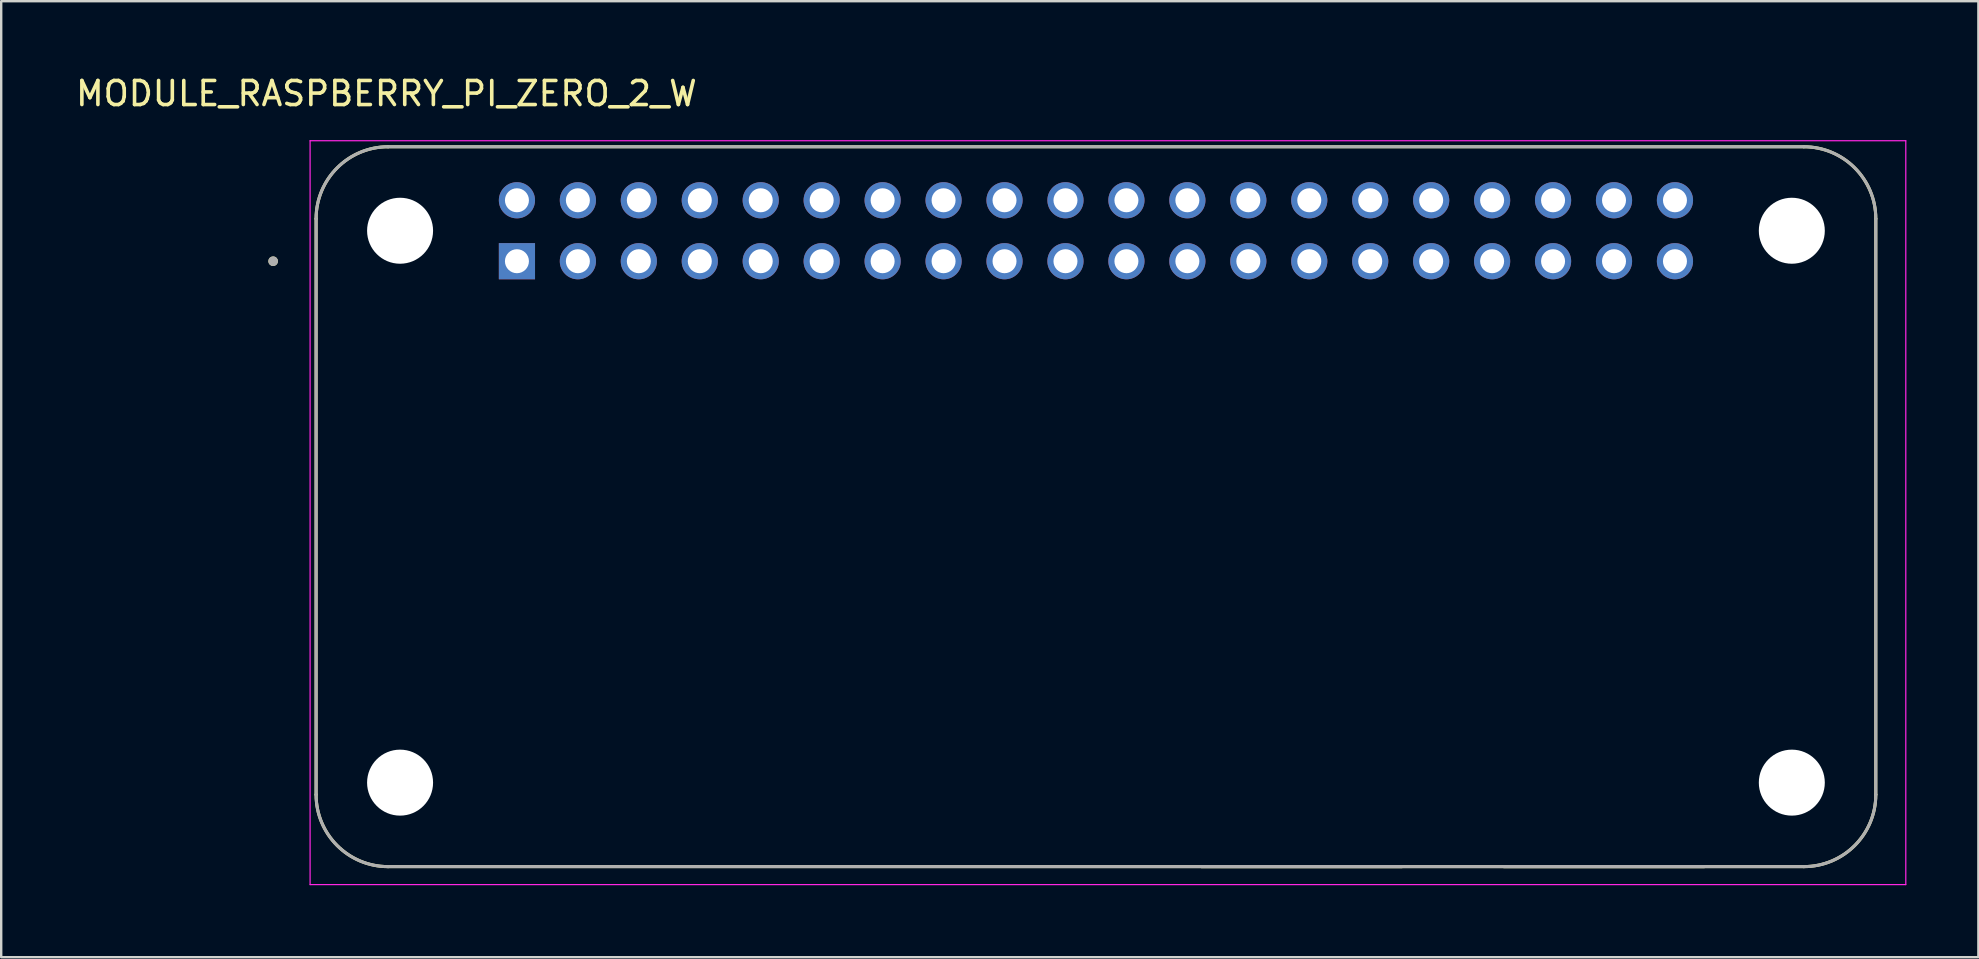
<source format=kicad_pcb>
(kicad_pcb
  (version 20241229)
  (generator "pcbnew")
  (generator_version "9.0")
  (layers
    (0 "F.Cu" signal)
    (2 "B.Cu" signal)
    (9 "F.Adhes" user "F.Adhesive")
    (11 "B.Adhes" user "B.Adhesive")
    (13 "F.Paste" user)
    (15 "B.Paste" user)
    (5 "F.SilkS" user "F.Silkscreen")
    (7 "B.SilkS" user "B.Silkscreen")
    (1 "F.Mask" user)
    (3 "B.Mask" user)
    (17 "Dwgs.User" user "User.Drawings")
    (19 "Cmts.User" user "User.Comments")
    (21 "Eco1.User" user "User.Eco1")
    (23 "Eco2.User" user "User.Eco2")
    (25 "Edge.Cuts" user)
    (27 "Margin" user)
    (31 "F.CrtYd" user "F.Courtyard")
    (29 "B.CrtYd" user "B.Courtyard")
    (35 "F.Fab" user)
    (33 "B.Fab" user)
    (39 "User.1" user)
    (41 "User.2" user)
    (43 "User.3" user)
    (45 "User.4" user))
  (footprint "MODULE_RASPBERRY_PI_ZERO_2_W"
    (layer "F.Cu")
    (at 42.623 18.066)
    (property "Reference" "MODULE_RASPBERRY_PI_ZERO_2_W" (at -29.569 -17.216 0) (layer "F.SilkS") (effects (font (size 1.002 1.002) (thickness 0.15))))
    (attr through_hole)
    (fp_line (start -32.5 -12) (end -32.5 12) (stroke (width 0.127) (type solid)) (layer "F.SilkS"))
    (fp_line (start -29.5 15) (end 29.5 15) (stroke (width 0.127) (type solid)) (layer "F.SilkS"))
    (fp_line (start 4.4 15) (end 12.75 15) (stroke (width 0.127) (type solid)) (layer "F.SilkS"))
    (fp_line (start 17 15) (end 25.35 15) (stroke (width 0.127) (type solid)) (layer "F.SilkS"))
    (fp_line (start 29.5 -15) (end -29.5 -15) (stroke (width 0.127) (type solid)) (layer "F.SilkS"))
    (fp_line (start 32.5 12) (end 32.5 -12) (stroke (width 0.127) (type solid)) (layer "F.SilkS"))
    (fp_arc (start -32.5 -12) (mid -31.62132 -14.12132) (end -29.5 -15) (stroke (width 0.127) (type solid)) (layer "F.SilkS"))
    (fp_arc (start -29.5 15) (mid -31.62132 14.12132) (end -32.5 12) (stroke (width 0.127) (type solid)) (layer "F.SilkS"))
    (fp_arc (start 29.5 -15) (mid 31.62132 -14.12132) (end 32.5 -12) (stroke (width 0.127) (type solid)) (layer "F.SilkS"))
    (fp_arc (start 32.5 12) (mid 31.62132 14.12132) (end 29.5 15) (stroke (width 0.127) (type solid)) (layer "F.SilkS"))
    (fp_circle (center -34.29 -10.23) (end -34.19 -10.23) (stroke (width 0.2) (type solid)) (fill no) (layer "F.SilkS"))
    (fp_line (start -32.75 -15.25) (end 33.75 -15.25) (stroke (width 0.05) (type solid)) (layer "F.CrtYd"))
    (fp_line (start -32.75 15.75) (end -32.75 -15.25) (stroke (width 0.05) (type solid)) (layer "F.CrtYd"))
    (fp_line (start 33.75 -15.25) (end 33.75 15.75) (stroke (width 0.05) (type solid)) (layer "F.CrtYd"))
    (fp_line (start 33.75 15.75) (end -32.75 15.75) (stroke (width 0.05) (type solid)) (layer "F.CrtYd"))
    (fp_line (start -32.5 -12) (end -32.5 12) (stroke (width 0.127) (type solid)) (layer "F.Fab"))
    (fp_line (start -29.5 15) (end 29.5 15) (stroke (width 0.127) (type solid)) (layer "F.Fab"))
    (fp_line (start 4.4 15) (end 12.75 15) (stroke (width 0.127) (type solid)) (layer "F.Fab"))
    (fp_line (start 17 15) (end 25.35 15) (stroke (width 0.127) (type solid)) (layer "F.Fab"))
    (fp_line (start 29.5 -15) (end -29.5 -15) (stroke (width 0.127) (type solid)) (layer "F.Fab"))
    (fp_line (start 32.5 12) (end 32.5 -12) (stroke (width 0.127) (type solid)) (layer "F.Fab"))
    (fp_arc (start -32.5 -12) (mid -31.62132 -14.12132) (end -29.5 -15) (stroke (width 0.127) (type solid)) (layer "F.Fab"))
    (fp_arc (start -29.5 15) (mid -31.62132 14.12132) (end -32.5 12) (stroke (width 0.127) (type solid)) (layer "F.Fab"))
    (fp_arc (start 29.5 -15) (mid 31.62132 -14.12132) (end 32.5 -12) (stroke (width 0.127) (type solid)) (layer "F.Fab"))
    (fp_arc (start 32.5 12) (mid 31.62132 14.12132) (end 29.5 15) (stroke (width 0.127) (type solid)) (layer "F.Fab"))
    (fp_circle (center -34.29 -10.23) (end -34.19 -10.23) (stroke (width 0.2) (type solid)) (fill no) (layer "F.Fab"))
    (pad "" np_thru_hole circle (at -29 -11.5) (size 2.75 2.75) (drill 2.75) (layers "*.Cu" "*.Mask"))
    (pad "" np_thru_hole circle (at -29 11.5) (size 2.75 2.75) (drill 2.75) (layers "*.Cu" "*.Mask"))
    (pad "" np_thru_hole circle (at 29 -11.5) (size 2.75 2.75) (drill 2.75) (layers "*.Cu" "*.Mask"))
    (pad "" np_thru_hole circle (at 29 11.5) (size 2.75 2.75) (drill 2.75) (layers "*.Cu" "*.Mask"))
    (pad "1" thru_hole rect (at -24.13 -10.23) (size 1.508 1.508) (drill 1) (layers "*.Cu" "*.Mask"))
    (pad "2" thru_hole circle (at -24.13 -12.77) (size 1.508 1.508) (drill 1) (layers "*.Cu" "*.Mask"))
    (pad "3" thru_hole circle (at -21.59 -10.23) (size 1.508 1.508) (drill 1) (layers "*.Cu" "*.Mask"))
    (pad "4" thru_hole circle (at -21.59 -12.77) (size 1.508 1.508) (drill 1) (layers "*.Cu" "*.Mask"))
    (pad "5" thru_hole circle (at -19.05 -10.23) (size 1.508 1.508) (drill 1) (layers "*.Cu" "*.Mask"))
    (pad "6" thru_hole circle (at -19.05 -12.77) (size 1.508 1.508) (drill 1) (layers "*.Cu" "*.Mask"))
    (pad "7" thru_hole circle (at -16.51 -10.23) (size 1.508 1.508) (drill 1) (layers "*.Cu" "*.Mask"))
    (pad "8" thru_hole circle (at -16.51 -12.77) (size 1.508 1.508) (drill 1) (layers "*.Cu" "*.Mask"))
    (pad "9" thru_hole circle (at -13.97 -10.23) (size 1.508 1.508) (drill 1) (layers "*.Cu" "*.Mask"))
    (pad "10" thru_hole circle (at -13.97 -12.77) (size 1.508 1.508) (drill 1) (layers "*.Cu" "*.Mask"))
    (pad "11" thru_hole circle (at -11.43 -10.23) (size 1.508 1.508) (drill 1) (layers "*.Cu" "*.Mask"))
    (pad "12" thru_hole circle (at -11.43 -12.77) (size 1.508 1.508) (drill 1) (layers "*.Cu" "*.Mask"))
    (pad "13" thru_hole circle (at -8.89 -10.23) (size 1.508 1.508) (drill 1) (layers "*.Cu" "*.Mask"))
    (pad "14" thru_hole circle (at -8.89 -12.77) (size 1.508 1.508) (drill 1) (layers "*.Cu" "*.Mask"))
    (pad "15" thru_hole circle (at -6.35 -10.23) (size 1.508 1.508) (drill 1) (layers "*.Cu" "*.Mask"))
    (pad "16" thru_hole circle (at -6.35 -12.77) (size 1.508 1.508) (drill 1) (layers "*.Cu" "*.Mask"))
    (pad "17" thru_hole circle (at -3.81 -10.23) (size 1.508 1.508) (drill 1) (layers "*.Cu" "*.Mask"))
    (pad "18" thru_hole circle (at -3.81 -12.77) (size 1.508 1.508) (drill 1) (layers "*.Cu" "*.Mask"))
    (pad "19" thru_hole circle (at -1.27 -10.23) (size 1.508 1.508) (drill 1) (layers "*.Cu" "*.Mask"))
    (pad "20" thru_hole circle (at -1.27 -12.77) (size 1.508 1.508) (drill 1) (layers "*.Cu" "*.Mask"))
    (pad "21" thru_hole circle (at 1.27 -10.23) (size 1.508 1.508) (drill 1) (layers "*.Cu" "*.Mask"))
    (pad "22" thru_hole circle (at 1.27 -12.77) (size 1.508 1.508) (drill 1) (layers "*.Cu" "*.Mask"))
    (pad "23" thru_hole circle (at 3.81 -10.23) (size 1.508 1.508) (drill 1) (layers "*.Cu" "*.Mask"))
    (pad "24" thru_hole circle (at 3.81 -12.77) (size 1.508 1.508) (drill 1) (layers "*.Cu" "*.Mask"))
    (pad "25" thru_hole circle (at 6.35 -10.23) (size 1.508 1.508) (drill 1) (layers "*.Cu" "*.Mask"))
    (pad "26" thru_hole circle (at 6.35 -12.77) (size 1.508 1.508) (drill 1) (layers "*.Cu" "*.Mask"))
    (pad "27" thru_hole circle (at 8.89 -10.23) (size 1.508 1.508) (drill 1) (layers "*.Cu" "*.Mask"))
    (pad "28" thru_hole circle (at 8.89 -12.77) (size 1.508 1.508) (drill 1) (layers "*.Cu" "*.Mask"))
    (pad "29" thru_hole circle (at 11.43 -10.23) (size 1.508 1.508) (drill 1) (layers "*.Cu" "*.Mask"))
    (pad "30" thru_hole circle (at 11.43 -12.77) (size 1.508 1.508) (drill 1) (layers "*.Cu" "*.Mask"))
    (pad "31" thru_hole circle (at 13.97 -10.23) (size 1.508 1.508) (drill 1) (layers "*.Cu" "*.Mask"))
    (pad "32" thru_hole circle (at 13.97 -12.77) (size 1.508 1.508) (drill 1) (layers "*.Cu" "*.Mask"))
    (pad "33" thru_hole circle (at 16.51 -10.23) (size 1.508 1.508) (drill 1) (layers "*.Cu" "*.Mask"))
    (pad "34" thru_hole circle (at 16.51 -12.77) (size 1.508 1.508) (drill 1) (layers "*.Cu" "*.Mask"))
    (pad "35" thru_hole circle (at 19.05 -10.23) (size 1.508 1.508) (drill 1) (layers "*.Cu" "*.Mask"))
    (pad "36" thru_hole circle (at 19.05 -12.77) (size 1.508 1.508) (drill 1) (layers "*.Cu" "*.Mask"))
    (pad "37" thru_hole circle (at 21.59 -10.23) (size 1.508 1.508) (drill 1) (layers "*.Cu" "*.Mask"))
    (pad "38" thru_hole circle (at 21.59 -12.77) (size 1.508 1.508) (drill 1) (layers "*.Cu" "*.Mask"))
    (pad "39" thru_hole circle (at 24.13 -10.23) (size 1.508 1.508) (drill 1) (layers "*.Cu" "*.Mask"))
    (pad "40" thru_hole circle (at 24.13 -12.77) (size 1.508 1.508) (drill 1) (layers "*.Cu" "*.Mask")))
  (gr_rect
    (start -3 -3)
    (end 79.398 36.841)
    (stroke (width 0.1) (type default))
    (fill no)
    (layer "Edge.Cuts")))
</source>
